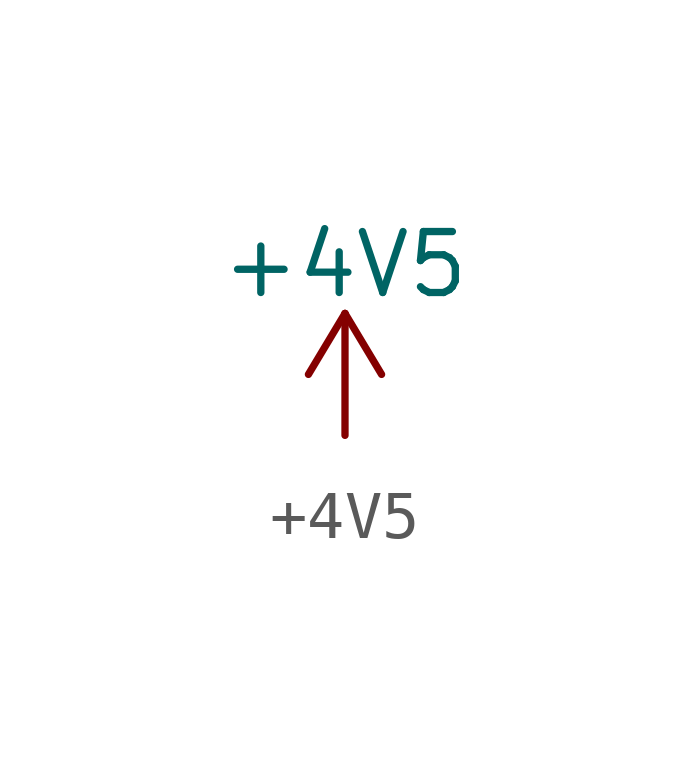
<source format=kicad_sym>
(kicad_symbol_lib
  (version 20211014)
  (generator kicad_symbol_editor)
  (symbol "+4V5"
    (power)
    (pin_names
      (offset 0))
    (property "Reference" "#PWR"
      (at 0 -3.81 0)
      (effects (font (size 1.27 1.27)) hide))
    (property "Value" "+4V5"
      (at 0 3.556 0)
      (effects (font (size 1.27 1.27))))
    (symbol "+4V5_0_1"
      (polyline (pts (xy -0.762 1.27) (xy 0 2.54)) (stroke (width 0) (type default) (color 0 0 0 0)) (fill (type none)))
      (polyline (pts (xy 0 0) (xy 0 2.54)) (stroke (width 0) (type default) (color 0 0 0 0)) (fill (type none)))
      (polyline (pts (xy 0 2.54) (xy 0.762 1.27)) (stroke (width 0) (type default) (color 0 0 0 0)) (fill (type none))))
    (symbol "+4V5_1_1"
      (pin power_in line (at 0 0 90) (length 0) hide (name "+4V5" (effects (font (size 1.27 1.27)))) (number "1" (effects (font (size 1.27 1.27))))))))
</source>
